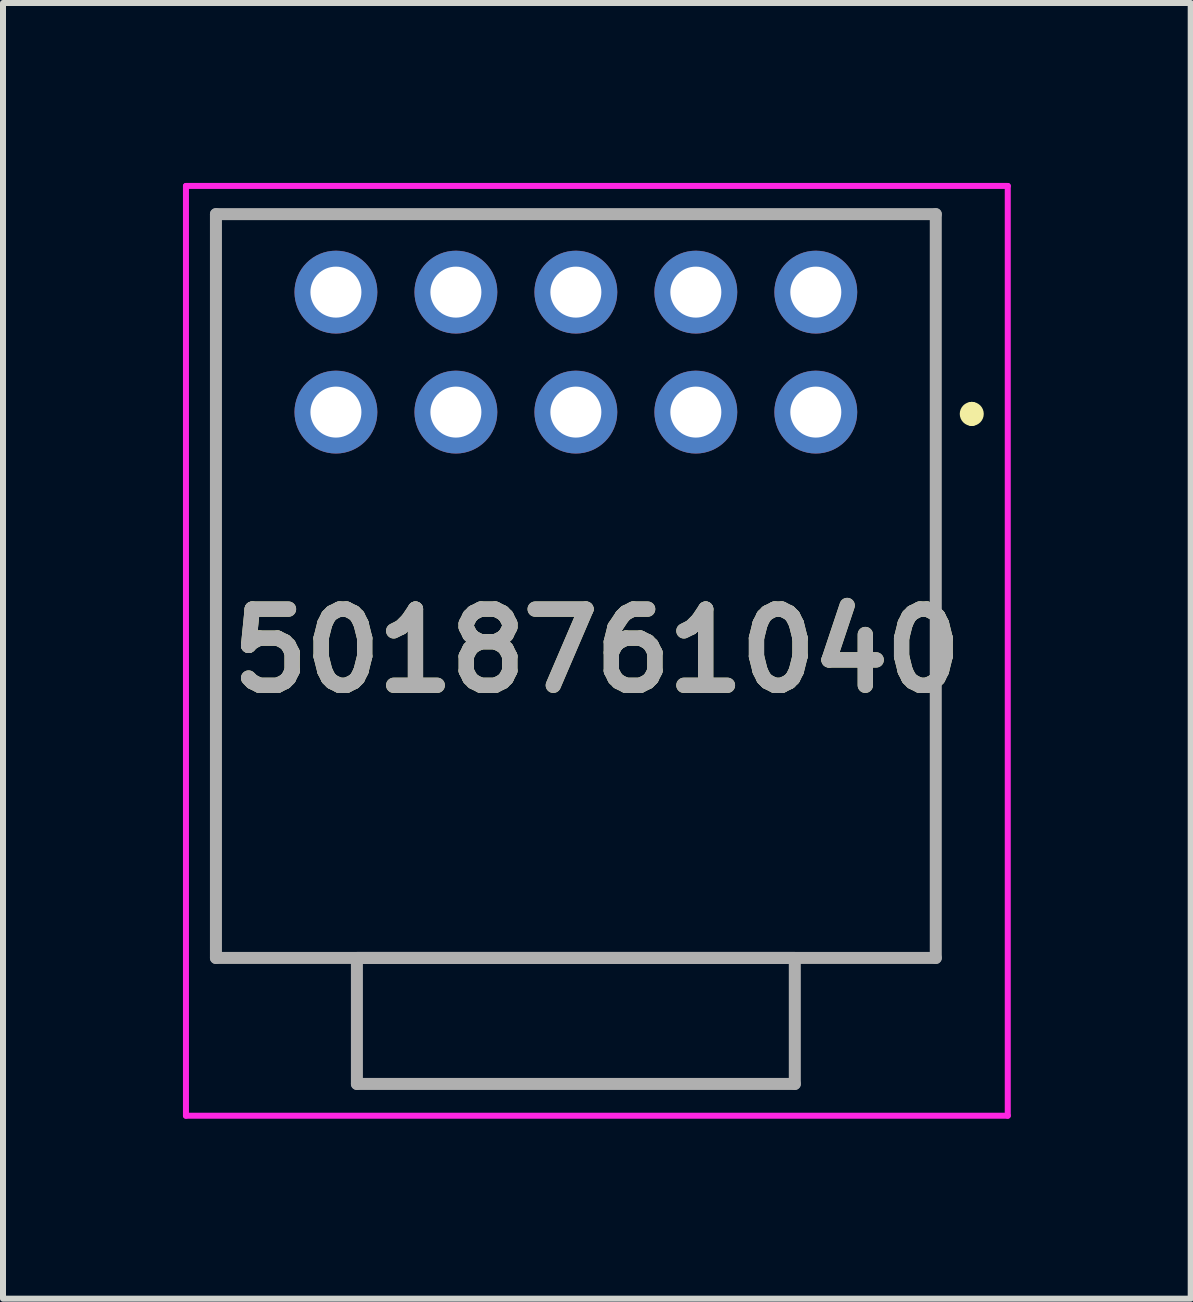
<source format=kicad_pcb>
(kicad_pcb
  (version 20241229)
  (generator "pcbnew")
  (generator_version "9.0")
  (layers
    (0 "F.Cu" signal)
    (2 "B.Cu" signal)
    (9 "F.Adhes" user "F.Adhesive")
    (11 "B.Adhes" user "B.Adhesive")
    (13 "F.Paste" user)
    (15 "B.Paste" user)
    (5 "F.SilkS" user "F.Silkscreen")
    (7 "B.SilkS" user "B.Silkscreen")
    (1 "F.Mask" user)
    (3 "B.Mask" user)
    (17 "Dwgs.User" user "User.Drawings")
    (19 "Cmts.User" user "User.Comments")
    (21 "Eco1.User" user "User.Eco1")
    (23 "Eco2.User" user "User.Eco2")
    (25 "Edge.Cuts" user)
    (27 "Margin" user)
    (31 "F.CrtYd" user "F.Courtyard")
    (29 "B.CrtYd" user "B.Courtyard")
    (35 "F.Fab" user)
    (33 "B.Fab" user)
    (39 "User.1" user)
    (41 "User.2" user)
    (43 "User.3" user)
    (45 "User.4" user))
  (footprint "5018761040"
    (layer "F.Cu")
    (at 10.55 3.82)
    (property "Reference" "5018761040" (at -3.65 3.98 0) (layer "F.SilkS") (effects (font (size 1.27 1.27) (thickness 0.254))))
    (attr through_hole)
    (fp_line (start -10 -3.3) (end 2 -3.3) (stroke (width 0.1) (type solid)) (layer "F.SilkS"))
    (fp_line (start -10 9.1) (end -10 -3.3) (stroke (width 0.1) (type solid)) (layer "F.SilkS"))
    (fp_line (start 2 -3.3) (end 2 9.1) (stroke (width 0.1) (type solid)) (layer "F.SilkS"))
    (fp_line (start 2 9.1) (end -10 9.1) (stroke (width 0.1) (type solid)) (layer "F.SilkS"))
    (fp_line (start 2.6 -0.07) (end 2.6 -0.07) (stroke (width 0.2) (type solid)) (layer "F.SilkS"))
    (fp_line (start 2.6 0.13) (end 2.6 0.13) (stroke (width 0.2) (type solid)) (layer "F.SilkS"))
    (fp_arc (start 2.6 -0.07) (mid 2.7 0.03) (end 2.6 0.13) (stroke (width 0.2) (type solid)) (layer "F.SilkS"))
    (fp_arc (start 2.6 0.13) (mid 2.5 0.03) (end 2.6 -0.07) (stroke (width 0.2) (type solid)) (layer "F.SilkS"))
    (fp_line (start -10.5 -3.77) (end 3.2 -3.77) (stroke (width 0.1) (type solid)) (layer "F.CrtYd"))
    (fp_line (start -10.5 11.73) (end -10.5 -3.77) (stroke (width 0.1) (type solid)) (layer "F.CrtYd"))
    (fp_line (start 3.2 -3.77) (end 3.2 11.73) (stroke (width 0.1) (type solid)) (layer "F.CrtYd"))
    (fp_line (start 3.2 11.73) (end -10.5 11.73) (stroke (width 0.1) (type solid)) (layer "F.CrtYd"))
    (fp_line (start -10 -3.3) (end 2 -3.3) (stroke (width 0.2) (type solid)) (layer "F.Fab"))
    (fp_line (start -10 9.1) (end -10 -3.3) (stroke (width 0.2) (type solid)) (layer "F.Fab"))
    (fp_line (start -7.65 9.1) (end -0.35 9.1) (stroke (width 0.2) (type solid)) (layer "F.Fab"))
    (fp_line (start -7.65 11.2) (end -7.65 9.1) (stroke (width 0.2) (type solid)) (layer "F.Fab"))
    (fp_line (start -0.35 9.1) (end -0.35 11.2) (stroke (width 0.2) (type solid)) (layer "F.Fab"))
    (fp_line (start -0.35 11.2) (end -7.65 11.2) (stroke (width 0.2) (type solid)) (layer "F.Fab"))
    (fp_line (start 2 -3.3) (end 2 9.1) (stroke (width 0.2) (type solid)) (layer "F.Fab"))
    (fp_line (start 2 9.1) (end -10 9.1) (stroke (width 0.2) (type solid)) (layer "F.Fab"))
    (fp_text user "${REFERENCE}" (at -3.65 3.98 0) (layer "F.Fab") (effects (font (size 1.27 1.27) (thickness 0.254))))
    (pad "1" thru_hole circle (at 0 0) (size 1.381 1.381) (drill 0.85) (layers "*.Cu" "*.Mask"))
    (pad "2" thru_hole circle (at 0 -2) (size 1.381 1.381) (drill 0.85) (layers "*.Cu" "*.Mask"))
    (pad "3" thru_hole circle (at -2 0) (size 1.381 1.381) (drill 0.85) (layers "*.Cu" "*.Mask"))
    (pad "4" thru_hole circle (at -2 -2) (size 1.381 1.381) (drill 0.85) (layers "*.Cu" "*.Mask"))
    (pad "5" thru_hole circle (at -4 0) (size 1.381 1.381) (drill 0.85) (layers "*.Cu" "*.Mask"))
    (pad "6" thru_hole circle (at -4 -2) (size 1.381 1.381) (drill 0.85) (layers "*.Cu" "*.Mask"))
    (pad "7" thru_hole circle (at -6 0) (size 1.381 1.381) (drill 0.85) (layers "*.Cu" "*.Mask"))
    (pad "8" thru_hole circle (at -6 -2) (size 1.381 1.381) (drill 0.85) (layers "*.Cu" "*.Mask"))
    (pad "9" thru_hole circle (at -8 0) (size 1.381 1.381) (drill 0.85) (layers "*.Cu" "*.Mask"))
    (pad "10" thru_hole circle (at -8 -2) (size 1.381 1.381) (drill 0.85) (layers "*.Cu" "*.Mask")))
  (gr_rect
    (start -3 -3)
    (end 16.8 18.6)
    (stroke (width 0.1) (type default))
    (fill no)
    (layer "Edge.Cuts")))
</source>
